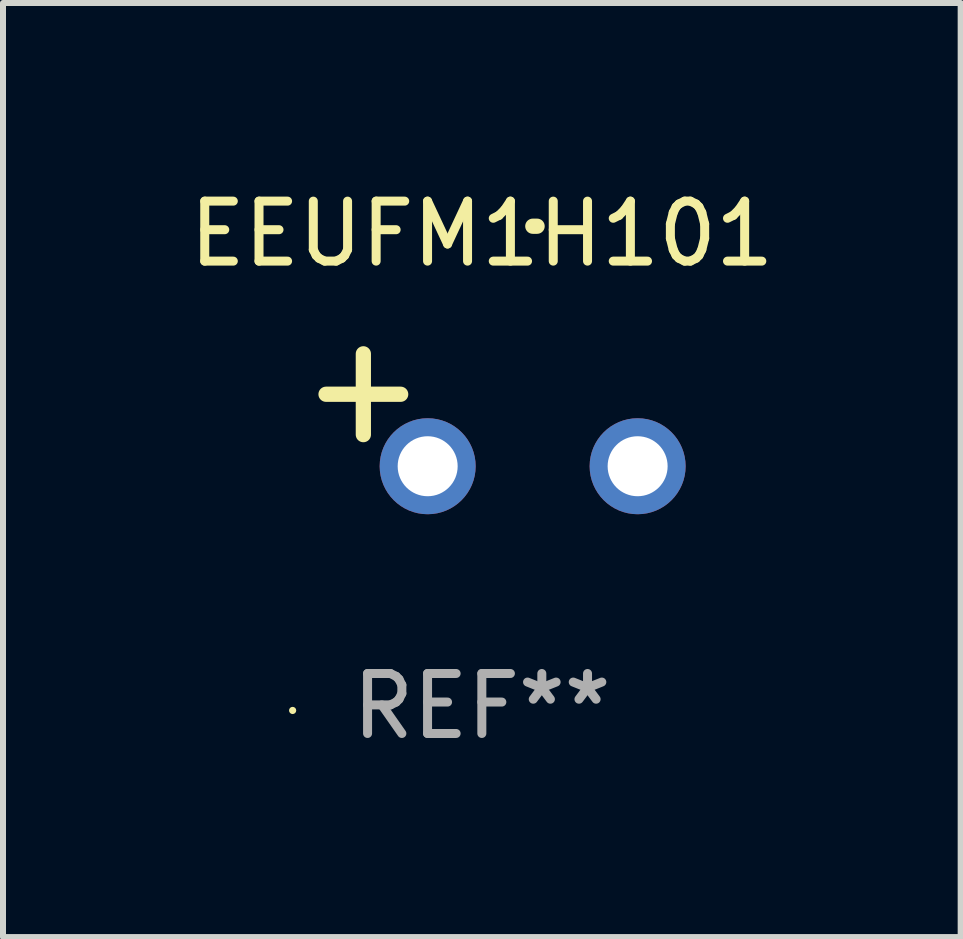
<source format=kicad_pcb>
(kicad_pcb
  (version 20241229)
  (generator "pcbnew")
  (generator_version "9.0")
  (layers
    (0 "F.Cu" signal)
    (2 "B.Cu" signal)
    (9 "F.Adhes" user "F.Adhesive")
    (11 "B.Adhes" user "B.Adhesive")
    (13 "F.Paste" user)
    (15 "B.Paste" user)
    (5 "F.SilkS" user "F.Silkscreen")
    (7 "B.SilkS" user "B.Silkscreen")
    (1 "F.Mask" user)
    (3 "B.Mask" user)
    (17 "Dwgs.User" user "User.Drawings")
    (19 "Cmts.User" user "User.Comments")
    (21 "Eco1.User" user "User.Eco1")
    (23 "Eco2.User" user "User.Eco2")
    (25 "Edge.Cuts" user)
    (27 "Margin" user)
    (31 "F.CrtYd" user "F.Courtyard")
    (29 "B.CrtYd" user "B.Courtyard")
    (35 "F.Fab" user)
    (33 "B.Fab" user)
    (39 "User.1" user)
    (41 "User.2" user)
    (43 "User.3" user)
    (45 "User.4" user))
  (footprint "EEUFM1H101"
    (layer "F.Cu")
    (at 4.982 3.785)
    (property "Reference" "EEUFM1H101" (at 0 -2.937 0) (layer "F.SilkS") (effects (font (size 1 1) (thickness 0.15))))
    (attr through_hole)
    (fp_line (start -1.975 0.41) (end -1.975 -0.937) (stroke (width 0.254) (type solid)) (layer "F.SilkS"))
    (fp_line (start -1.353 -0.263) (end -2.597 -0.263) (stroke (width 0.254) (type solid)) (layer "F.SilkS"))
    (fp_arc (start 0.849809 -3.063957) (mid 0.885369 -3.064114) (end 0.920929 -3.063957) (stroke (width 0.254001) (type solid)) (layer "F.SilkS"))
    (fp_circle (center -3.154 5.008) (end -3.124 5.008) (stroke (width 0.06) (type solid)) (fill no) (layer "F.SilkS"))
    (fp_text user "REF**" (at 0 4.937 0) (layer "F.Fab") (effects (font (size 1 1) (thickness 0.15))))
    (pad "1" thru_hole circle (at -0.903 0.937) (size 1.6 1.6) (drill 1) (layers "*.Cu" "*.Mask"))
    (pad "2" thru_hole circle (at 2.597 0.937) (size 1.6 1.6) (drill 1) (layers "*.Cu" "*.Mask")))
  (gr_rect
    (start -3 -3)
    (end 12.964 12.57)
    (stroke (width 0.1) (type default))
    (fill no)
    (layer "Edge.Cuts")))
</source>
